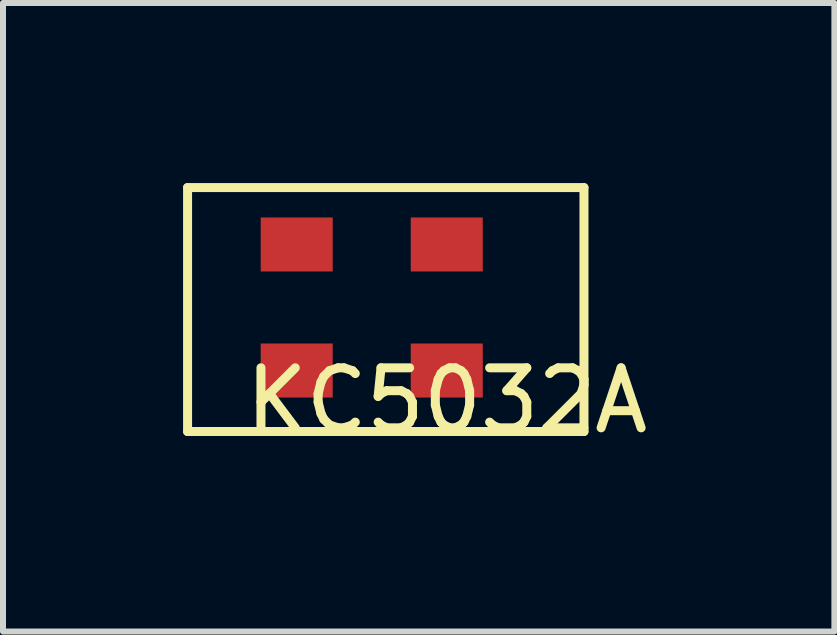
<source format=kicad_pcb>
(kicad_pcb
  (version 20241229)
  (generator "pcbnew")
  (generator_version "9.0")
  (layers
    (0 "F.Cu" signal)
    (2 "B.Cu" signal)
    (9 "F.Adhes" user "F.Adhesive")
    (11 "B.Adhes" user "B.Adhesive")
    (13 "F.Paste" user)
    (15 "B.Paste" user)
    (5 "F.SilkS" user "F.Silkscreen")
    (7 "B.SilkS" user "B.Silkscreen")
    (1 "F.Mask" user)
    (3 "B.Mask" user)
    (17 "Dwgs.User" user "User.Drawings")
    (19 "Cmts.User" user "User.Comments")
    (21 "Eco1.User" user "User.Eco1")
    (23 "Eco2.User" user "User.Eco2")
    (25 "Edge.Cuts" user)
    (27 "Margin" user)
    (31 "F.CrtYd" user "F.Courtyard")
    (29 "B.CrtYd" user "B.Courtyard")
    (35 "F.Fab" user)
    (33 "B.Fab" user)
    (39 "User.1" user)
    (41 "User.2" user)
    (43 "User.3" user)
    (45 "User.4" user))
  (footprint "KC5032A"
    (layer "F.Cu")
    (at 4.393 3.123)
    (property "Reference" "KC5032A" (at 0 0.5 0) (layer "F.SilkS") (effects (font (size 1 1) (thickness 0.15))))
    (attr through_hole)
    (fp_line (start -4.318 -3.048) (end -4.318 1.016) (stroke (width 0.15) (type solid)) (layer "F.SilkS"))
    (fp_line (start -4.318 -3.048) (end 2.286 -3.048) (stroke (width 0.15) (type solid)) (layer "F.SilkS"))
    (fp_line (start 2.286 -3.048) (end 2.286 1.016) (stroke (width 0.15) (type solid)) (layer "F.SilkS"))
    (fp_line (start 2.286 1.016) (end -4.318 1.016) (stroke (width 0.15) (type solid)) (layer "F.SilkS"))
    (pad "1" smd rect (at 0 0) (size 1.2 0.9) (layers "F.Cu" "F.Mask" "F.Paste"))
    (pad "2" smd rect (at -2.5 0) (size 1.2 0.9) (layers "F.Cu" "F.Mask" "F.Paste"))
    (pad "3" smd rect (at -2.5 -2.1) (size 1.2 0.9) (layers "F.Cu" "F.Mask" "F.Paste"))
    (pad "4" smd rect (at 0 -2.1) (size 1.2 0.9) (layers "F.Cu" "F.Mask" "F.Paste")))
  (gr_rect
    (start -3 -3)
    (end 10.851 7.471)
    (stroke (width 0.1) (type default))
    (fill no)
    (layer "Edge.Cuts")))
</source>
